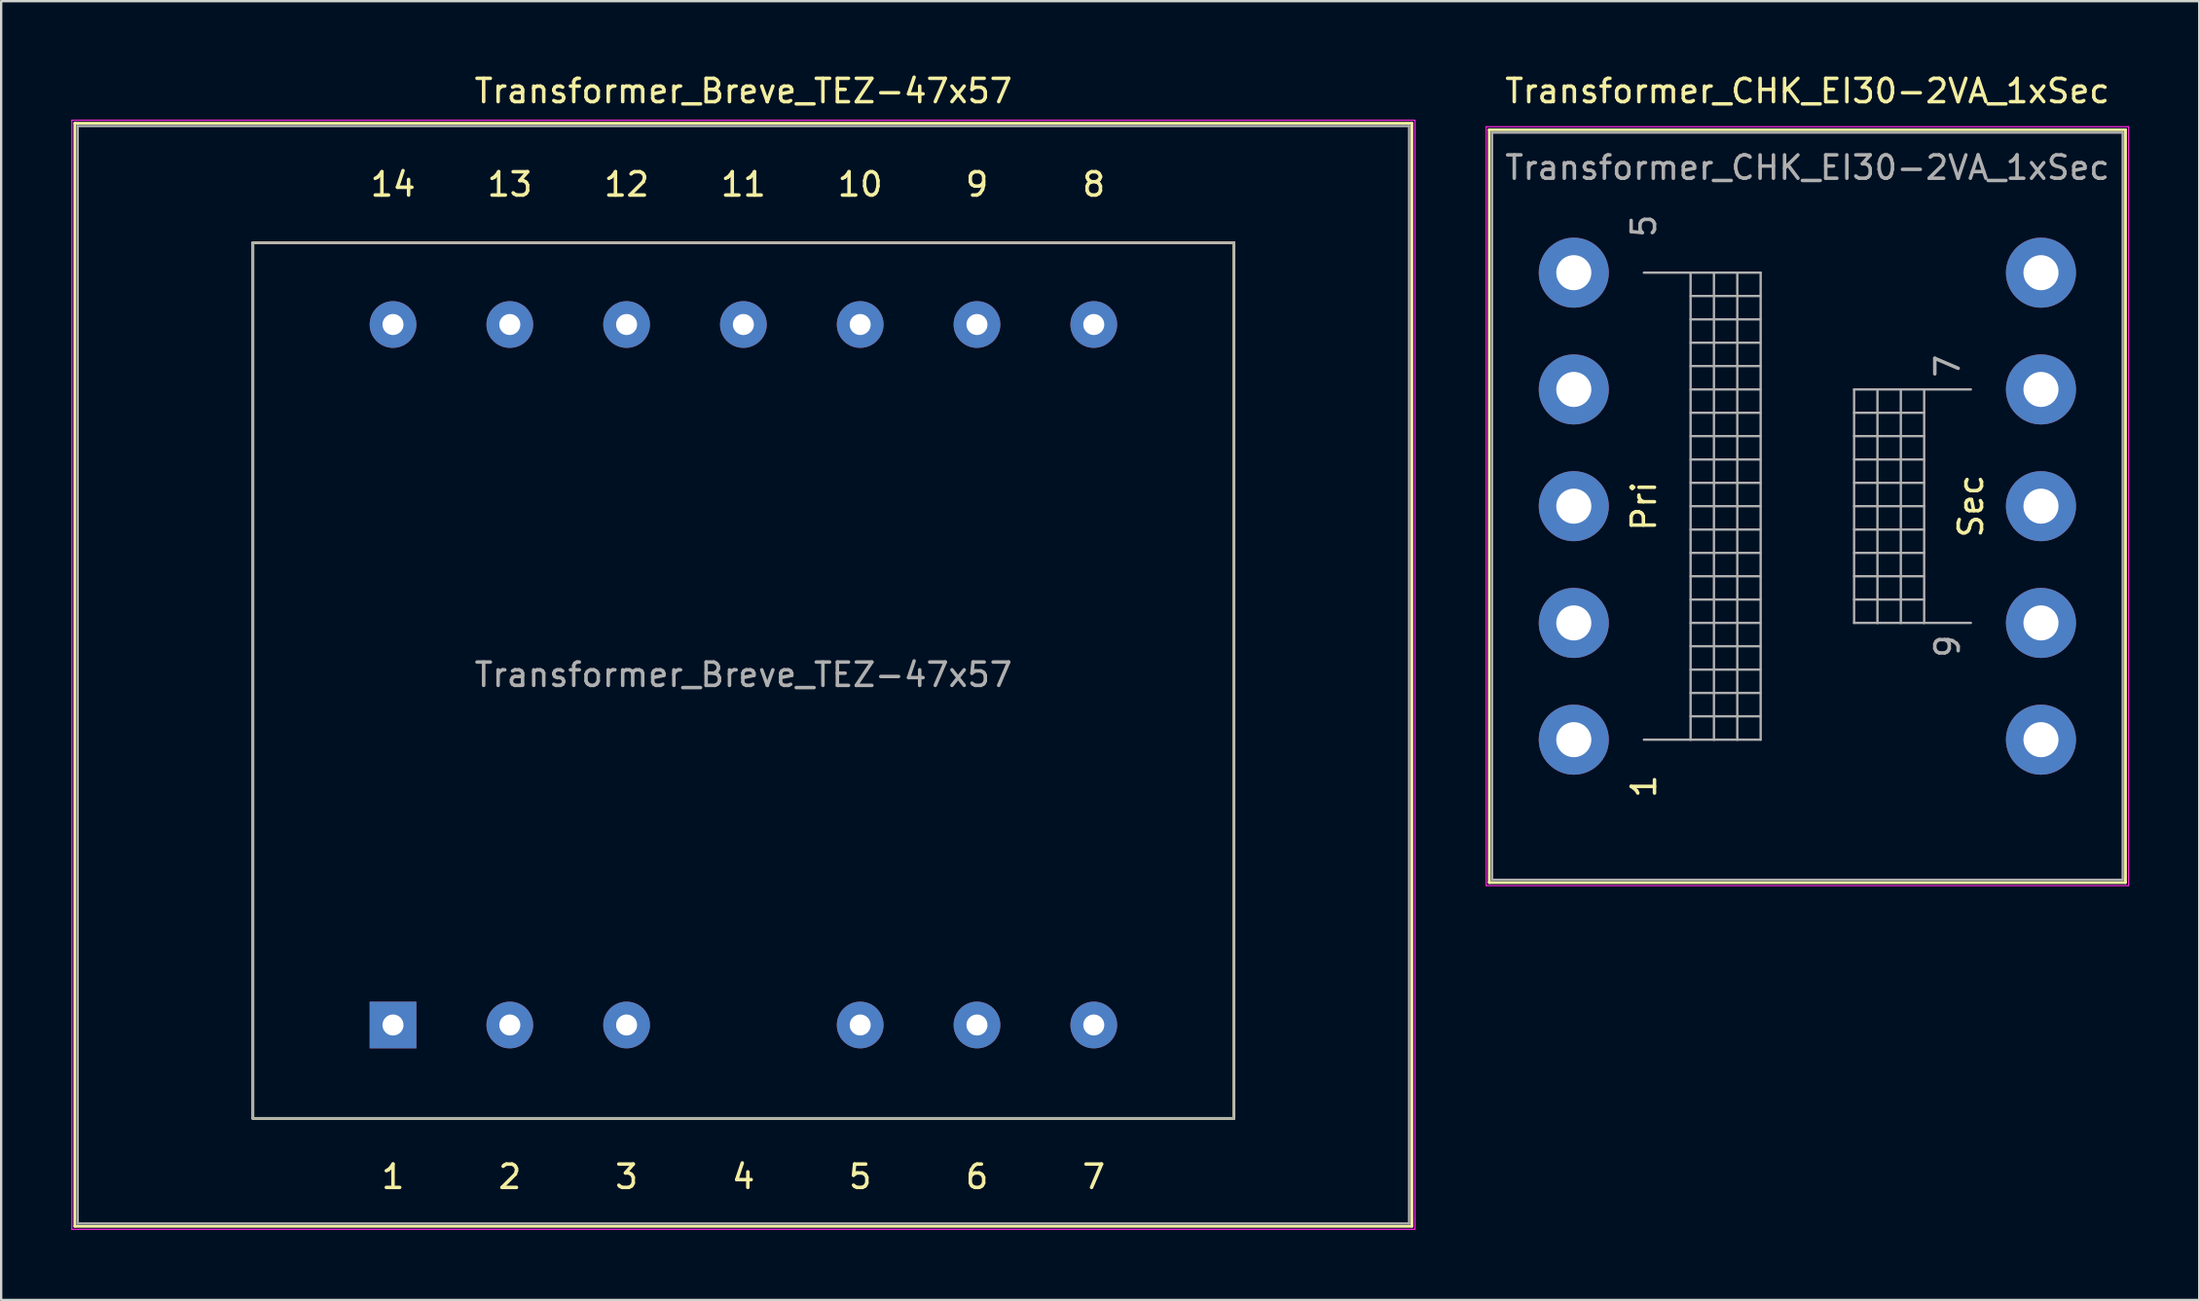
<source format=kicad_pcb>
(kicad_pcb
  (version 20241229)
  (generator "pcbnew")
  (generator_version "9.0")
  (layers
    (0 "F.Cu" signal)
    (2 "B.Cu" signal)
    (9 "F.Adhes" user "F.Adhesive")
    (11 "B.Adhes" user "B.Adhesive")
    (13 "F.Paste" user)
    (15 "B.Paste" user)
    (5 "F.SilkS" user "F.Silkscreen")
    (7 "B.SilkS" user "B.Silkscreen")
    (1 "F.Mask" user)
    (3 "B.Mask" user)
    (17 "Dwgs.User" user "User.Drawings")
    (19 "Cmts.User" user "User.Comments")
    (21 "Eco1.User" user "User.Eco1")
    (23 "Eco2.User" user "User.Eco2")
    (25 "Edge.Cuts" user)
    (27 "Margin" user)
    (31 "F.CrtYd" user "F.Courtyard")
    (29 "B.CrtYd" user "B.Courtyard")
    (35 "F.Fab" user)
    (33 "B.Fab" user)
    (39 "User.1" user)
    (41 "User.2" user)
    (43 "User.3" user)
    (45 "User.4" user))
  (footprint "Transformer_CHK_EI30-2VA_1xSec"
    (layer "F.Cu")
    (at 64.325 28.628)
    (property "Reference" "Transformer_CHK_EI30-2VA_1xSec" (at 10 -27.78 0) (layer "F.SilkS") (effects (font (size 1 1) (thickness 0.15))))
    (attr through_hole)
    (fp_line (start -3.62 -26.12) (end -3.62 6.12) (stroke (width 0.12) (type solid)) (layer "F.SilkS"))
    (fp_line (start -3.62 -26.12) (end 23.62 -26.12) (stroke (width 0.12) (type solid)) (layer "F.SilkS"))
    (fp_line (start 23.62 6.12) (end -3.62 6.12) (stroke (width 0.12) (type solid)) (layer "F.SilkS"))
    (fp_line (start 23.62 6.12) (end 23.62 -26.12) (stroke (width 0.12) (type solid)) (layer "F.SilkS"))
    (fp_line (start -3.75 -26.25) (end -3.75 6.25) (stroke (width 0.05) (type solid)) (layer "F.CrtYd"))
    (fp_line (start -3.75 -26.25) (end 23.75 -26.25) (stroke (width 0.05) (type solid)) (layer "F.CrtYd"))
    (fp_line (start 23.75 6.25) (end -3.75 6.25) (stroke (width 0.05) (type solid)) (layer "F.CrtYd"))
    (fp_line (start 23.75 6.25) (end 23.75 -26.25) (stroke (width 0.05) (type solid)) (layer "F.CrtYd"))
    (fp_line (start -3.5 -26) (end -3.5 6) (stroke (width 0.1) (type solid)) (layer "F.Fab"))
    (fp_line (start -3.5 6) (end 23.5 6) (stroke (width 0.1) (type solid)) (layer "F.Fab"))
    (fp_line (start 3 -20) (end 5 -20) (stroke (width 0.1) (type solid)) (layer "F.Fab"))
    (fp_line (start 5 -20) (end 5 0) (stroke (width 0.1) (type solid)) (layer "F.Fab"))
    (fp_line (start 5 -20) (end 6 -20) (stroke (width 0.1) (type solid)) (layer "F.Fab"))
    (fp_line (start 5 -19) (end 8 -19) (stroke (width 0.1) (type solid)) (layer "F.Fab"))
    (fp_line (start 5 -17) (end 8 -17) (stroke (width 0.1) (type solid)) (layer "F.Fab"))
    (fp_line (start 5 -15) (end 8 -15) (stroke (width 0.1) (type solid)) (layer "F.Fab"))
    (fp_line (start 5 -13) (end 8 -13) (stroke (width 0.1) (type solid)) (layer "F.Fab"))
    (fp_line (start 5 -11) (end 8 -11) (stroke (width 0.1) (type solid)) (layer "F.Fab"))
    (fp_line (start 5 -9) (end 8 -9) (stroke (width 0.1) (type solid)) (layer "F.Fab"))
    (fp_line (start 5 -7) (end 8 -7) (stroke (width 0.1) (type solid)) (layer "F.Fab"))
    (fp_line (start 5 -5) (end 8 -5) (stroke (width 0.1) (type solid)) (layer "F.Fab"))
    (fp_line (start 5 -3) (end 8 -3) (stroke (width 0.1) (type solid)) (layer "F.Fab"))
    (fp_line (start 5 -1) (end 8 -1) (stroke (width 0.1) (type solid)) (layer "F.Fab"))
    (fp_line (start 5 0) (end 3 0) (stroke (width 0.1) (type solid)) (layer "F.Fab"))
    (fp_line (start 6 -20) (end 6 0) (stroke (width 0.1) (type solid)) (layer "F.Fab"))
    (fp_line (start 6 -20) (end 7 -20) (stroke (width 0.1) (type solid)) (layer "F.Fab"))
    (fp_line (start 6 0) (end 5 0) (stroke (width 0.1) (type solid)) (layer "F.Fab"))
    (fp_line (start 7 -20) (end 7 0) (stroke (width 0.1) (type solid)) (layer "F.Fab"))
    (fp_line (start 7 -20) (end 8 -20) (stroke (width 0.1) (type solid)) (layer "F.Fab"))
    (fp_line (start 7 0) (end 6 0) (stroke (width 0.1) (type solid)) (layer "F.Fab"))
    (fp_line (start 8 -20) (end 8 0) (stroke (width 0.1) (type solid)) (layer "F.Fab"))
    (fp_line (start 8 -18) (end 5 -18) (stroke (width 0.1) (type solid)) (layer "F.Fab"))
    (fp_line (start 8 -16) (end 5 -16) (stroke (width 0.1) (type solid)) (layer "F.Fab"))
    (fp_line (start 8 -14) (end 5 -14) (stroke (width 0.1) (type solid)) (layer "F.Fab"))
    (fp_line (start 8 -12) (end 5 -12) (stroke (width 0.1) (type solid)) (layer "F.Fab"))
    (fp_line (start 8 -10) (end 5 -10) (stroke (width 0.1) (type solid)) (layer "F.Fab"))
    (fp_line (start 8 -8) (end 5 -8) (stroke (width 0.1) (type solid)) (layer "F.Fab"))
    (fp_line (start 8 -6) (end 5 -6) (stroke (width 0.1) (type solid)) (layer "F.Fab"))
    (fp_line (start 8 -4) (end 5 -4) (stroke (width 0.1) (type solid)) (layer "F.Fab"))
    (fp_line (start 8 -2) (end 5 -2) (stroke (width 0.1) (type solid)) (layer "F.Fab"))
    (fp_line (start 8 0) (end 7 0) (stroke (width 0.1) (type solid)) (layer "F.Fab"))
    (fp_line (start 12 -15) (end 12 -5) (stroke (width 0.1) (type solid)) (layer "F.Fab"))
    (fp_line (start 12 -14) (end 15 -14) (stroke (width 0.1) (type solid)) (layer "F.Fab"))
    (fp_line (start 12 -12) (end 15 -12) (stroke (width 0.1) (type solid)) (layer "F.Fab"))
    (fp_line (start 12 -10) (end 15 -10) (stroke (width 0.1) (type solid)) (layer "F.Fab"))
    (fp_line (start 12 -8) (end 15 -8) (stroke (width 0.1) (type solid)) (layer "F.Fab"))
    (fp_line (start 12 -6) (end 15 -6) (stroke (width 0.1) (type solid)) (layer "F.Fab"))
    (fp_line (start 12 -5) (end 13 -5) (stroke (width 0.1) (type solid)) (layer "F.Fab"))
    (fp_line (start 13 -15) (end 12 -15) (stroke (width 0.1) (type solid)) (layer "F.Fab"))
    (fp_line (start 13 -15) (end 13 -5) (stroke (width 0.1) (type solid)) (layer "F.Fab"))
    (fp_line (start 13 -5) (end 14 -5) (stroke (width 0.1) (type solid)) (layer "F.Fab"))
    (fp_line (start 14 -15) (end 13 -15) (stroke (width 0.1) (type solid)) (layer "F.Fab"))
    (fp_line (start 14 -15) (end 14 -5) (stroke (width 0.1) (type solid)) (layer "F.Fab"))
    (fp_line (start 14 -5) (end 15 -5) (stroke (width 0.1) (type solid)) (layer "F.Fab"))
    (fp_line (start 15 -15) (end 14 -15) (stroke (width 0.1) (type solid)) (layer "F.Fab"))
    (fp_line (start 15 -15) (end 15 -5) (stroke (width 0.1) (type solid)) (layer "F.Fab"))
    (fp_line (start 15 -13) (end 12 -13) (stroke (width 0.1) (type solid)) (layer "F.Fab"))
    (fp_line (start 15 -11) (end 12 -11) (stroke (width 0.1) (type solid)) (layer "F.Fab"))
    (fp_line (start 15 -9) (end 12 -9) (stroke (width 0.1) (type solid)) (layer "F.Fab"))
    (fp_line (start 15 -7) (end 12 -7) (stroke (width 0.1) (type solid)) (layer "F.Fab"))
    (fp_line (start 15 -5) (end 17 -5) (stroke (width 0.1) (type solid)) (layer "F.Fab"))
    (fp_line (start 17 -15) (end 15 -15) (stroke (width 0.1) (type solid)) (layer "F.Fab"))
    (fp_line (start 23.5 -26) (end -3.5 -26) (stroke (width 0.1) (type solid)) (layer "F.Fab"))
    (fp_line (start 23.5 6) (end 23.5 -26) (stroke (width 0.1) (type solid)) (layer "F.Fab"))
    (fp_text user "Pri" (at 3 -10 90) (layer "F.SilkS") (effects (font (size 1 1) (thickness 0.15))))
    (fp_text user "1" (at 3 2 90) (layer "F.SilkS") (effects (font (size 1 1) (thickness 0.15))))
    (fp_text user "Sec" (at 17 -10 90) (layer "F.SilkS") (effects (font (size 1 1) (thickness 0.15))))
    (fp_text user "7" (at 16 -16 90) (layer "F.Fab") (effects (font (size 1 1) (thickness 0.15))))
    (fp_text user "${REFERENCE}" (at 10 -24.5 0) (layer "F.Fab") (effects (font (size 1 1) (thickness 0.15))))
    (fp_text user "5" (at 3 -22 90) (layer "F.Fab") (effects (font (size 1 1) (thickness 0.15))))
    (fp_text user "9" (at 16 -4 90) (layer "F.Fab") (effects (font (size 1 1) (thickness 0.15))))
    (pad "1" thru_hole circle (at 0 0) (size 3 3) (drill 1.5) (layers "*.Cu" "*.Mask"))
    (pad "2" thru_hole circle (at 0 -5) (size 3 3) (drill 1.5) (layers "*.Cu" "*.Mask"))
    (pad "3" thru_hole circle (at 0 -10) (size 3 3) (drill 1.5) (layers "*.Cu" "*.Mask"))
    (pad "4" thru_hole circle (at 0 -15) (size 3 3) (drill 1.5) (layers "*.Cu" "*.Mask"))
    (pad "5" thru_hole circle (at 0 -20) (size 3 3) (drill 1.5) (layers "*.Cu" "*.Mask"))
    (pad "6" thru_hole circle (at 20 -20) (size 3 3) (drill 1.5) (layers "*.Cu" "*.Mask"))
    (pad "7" thru_hole circle (at 20 -15) (size 3 3) (drill 1.5) (layers "*.Cu" "*.Mask"))
    (pad "8" thru_hole circle (at 20 -10) (size 3 3) (drill 1.5) (layers "*.Cu" "*.Mask"))
    (pad "9" thru_hole circle (at 20 -5) (size 3 3) (drill 1.5) (layers "*.Cu" "*.Mask"))
    (pad "10" thru_hole circle (at 20 0) (size 3 3) (drill 1.5) (layers "*.Cu" "*.Mask")))
  (footprint "Transformer_Breve_TEZ-47x57"
    (layer "F.Cu")
    (at 13.775 40.848)
    (property "Reference" "Transformer_Breve_TEZ-47x57" (at 15 -40 0) (layer "F.SilkS") (effects (font (size 1 1) (thickness 0.15))))
    (attr through_hole)
    (fp_line (start -13.62 -38.62) (end -13.62 8.62) (stroke (width 0.12) (type solid)) (layer "F.SilkS"))
    (fp_line (start -13.62 -38.62) (end 43.62 -38.62) (stroke (width 0.12) (type solid)) (layer "F.SilkS"))
    (fp_line (start -6 -33.5) (end -6 4) (stroke (width 0.12) (type solid)) (layer "F.SilkS"))
    (fp_line (start -6 4) (end 36 4) (stroke (width 0.12) (type solid)) (layer "F.SilkS"))
    (fp_line (start 36 -33.5) (end -6 -33.5) (stroke (width 0.12) (type solid)) (layer "F.SilkS"))
    (fp_line (start 36 4) (end 36 -33.5) (stroke (width 0.12) (type solid)) (layer "F.SilkS"))
    (fp_line (start 43.62 8.62) (end -13.62 8.62) (stroke (width 0.12) (type solid)) (layer "F.SilkS"))
    (fp_line (start 43.62 8.62) (end 43.62 -38.62) (stroke (width 0.12) (type solid)) (layer "F.SilkS"))
    (fp_line (start -13.75 -38.75) (end -13.75 8.75) (stroke (width 0.05) (type solid)) (layer "F.CrtYd"))
    (fp_line (start -13.75 -38.75) (end 43.75 -38.75) (stroke (width 0.05) (type solid)) (layer "F.CrtYd"))
    (fp_line (start 43.75 8.75) (end -13.75 8.75) (stroke (width 0.05) (type solid)) (layer "F.CrtYd"))
    (fp_line (start 43.75 8.75) (end 43.75 -38.75) (stroke (width 0.05) (type solid)) (layer "F.CrtYd"))
    (fp_line (start -13.5 -38.5) (end -13.5 8.5) (stroke (width 0.1) (type solid)) (layer "F.Fab"))
    (fp_line (start -13.5 -38.5) (end 43.5 -38.5) (stroke (width 0.1) (type solid)) (layer "F.Fab"))
    (fp_line (start -6 -33.5) (end -6 4) (stroke (width 0.1) (type solid)) (layer "F.Fab"))
    (fp_line (start -6 4) (end 36 4) (stroke (width 0.1) (type solid)) (layer "F.Fab"))
    (fp_line (start 36 -33.5) (end -6 -33.5) (stroke (width 0.1) (type solid)) (layer "F.Fab"))
    (fp_line (start 36 4) (end 36 -33.5) (stroke (width 0.1) (type solid)) (layer "F.Fab"))
    (fp_line (start 43.5 -38.5) (end 43.5 8.5) (stroke (width 0.1) (type solid)) (layer "F.Fab"))
    (fp_line (start 43.5 8.5) (end -13.5 8.5) (stroke (width 0.1) (type solid)) (layer "F.Fab"))
    (fp_text user "1" (at 0 6.5 0) (layer "F.SilkS") (effects (font (size 1 1) (thickness 0.15))))
    (fp_text user "8" (at 30 -36 0) (layer "F.SilkS") (effects (font (size 1 1) (thickness 0.15))))
    (fp_text user "3" (at 10 6.5 0) (layer "F.SilkS") (effects (font (size 1 1) (thickness 0.15))))
    (fp_text user "13" (at 5 -36 0) (layer "F.SilkS") (effects (font (size 1 1) (thickness 0.15))))
    (fp_text user "2" (at 5 6.5 0) (layer "F.SilkS") (effects (font (size 1 1) (thickness 0.15))))
    (fp_text user "6" (at 25 6.5 0) (layer "F.SilkS") (effects (font (size 1 1) (thickness 0.15))))
    (fp_text user "4" (at 15 6.5 0) (layer "F.SilkS") (effects (font (size 1 1) (thickness 0.15))))
    (fp_text user "9" (at 25 -36 0) (layer "F.SilkS") (effects (font (size 1 1) (thickness 0.15))))
    (fp_text user "12" (at 10 -36 0) (layer "F.SilkS") (effects (font (size 1 1) (thickness 0.15))))
    (fp_text user "10" (at 20 -36 0) (layer "F.SilkS") (effects (font (size 1 1) (thickness 0.15))))
    (fp_text user "11" (at 15 -36 0) (layer "F.SilkS") (effects (font (size 1 1) (thickness 0.15))))
    (fp_text user "5" (at 20 6.5 0) (layer "F.SilkS") (effects (font (size 1 1) (thickness 0.15))))
    (fp_text user "14" (at 0 -36 0) (layer "F.SilkS") (effects (font (size 1 1) (thickness 0.15))))
    (fp_text user "7" (at 30 6.5 0) (layer "F.SilkS") (effects (font (size 1 1) (thickness 0.15))))
    (fp_text user "${REFERENCE}" (at 15 -15 0) (layer "F.Fab") (effects (font (size 1 1) (thickness 0.15))))
    (pad "1" thru_hole rect (at 0 0) (size 2 2) (drill 0.9) (layers "*.Cu" "*.Mask"))
    (pad "2" thru_hole circle (at 5 0) (size 2 2) (drill 0.9) (layers "*.Cu" "*.Mask"))
    (pad "3" thru_hole circle (at 10 0) (size 2 2) (drill 0.9) (layers "*.Cu" "*.Mask"))
    (pad "5" thru_hole circle (at 20 0) (size 2 2) (drill 0.9) (layers "*.Cu" "*.Mask"))
    (pad "6" thru_hole circle (at 25 0) (size 2 2) (drill 0.9) (layers "*.Cu" "*.Mask"))
    (pad "7" thru_hole circle (at 30 0) (size 2 2) (drill 0.9) (layers "*.Cu" "*.Mask"))
    (pad "8" thru_hole circle (at 30 -30) (size 2 2) (drill 0.9) (layers "*.Cu" "*.Mask"))
    (pad "9" thru_hole circle (at 25 -30) (size 2 2) (drill 0.9) (layers "*.Cu" "*.Mask"))
    (pad "10" thru_hole circle (at 20 -30) (size 2 2) (drill 0.9) (layers "*.Cu" "*.Mask"))
    (pad "11" thru_hole circle (at 15 -30) (size 2 2) (drill 0.9) (layers "*.Cu" "*.Mask"))
    (pad "12" thru_hole circle (at 10 -30) (size 2 2) (drill 0.9) (layers "*.Cu" "*.Mask"))
    (pad "13" thru_hole circle (at 5 -30) (size 2 2) (drill 0.9) (layers "*.Cu" "*.Mask"))
    (pad "14" thru_hole circle (at 0 -30) (size 2 2) (drill 0.9) (layers "*.Cu" "*.Mask")))
  (gr_rect
    (start -3 -3)
    (end 91.1 52.623)
    (stroke (width 0.1) (type default))
    (fill no)
    (layer "Edge.Cuts")))
</source>
